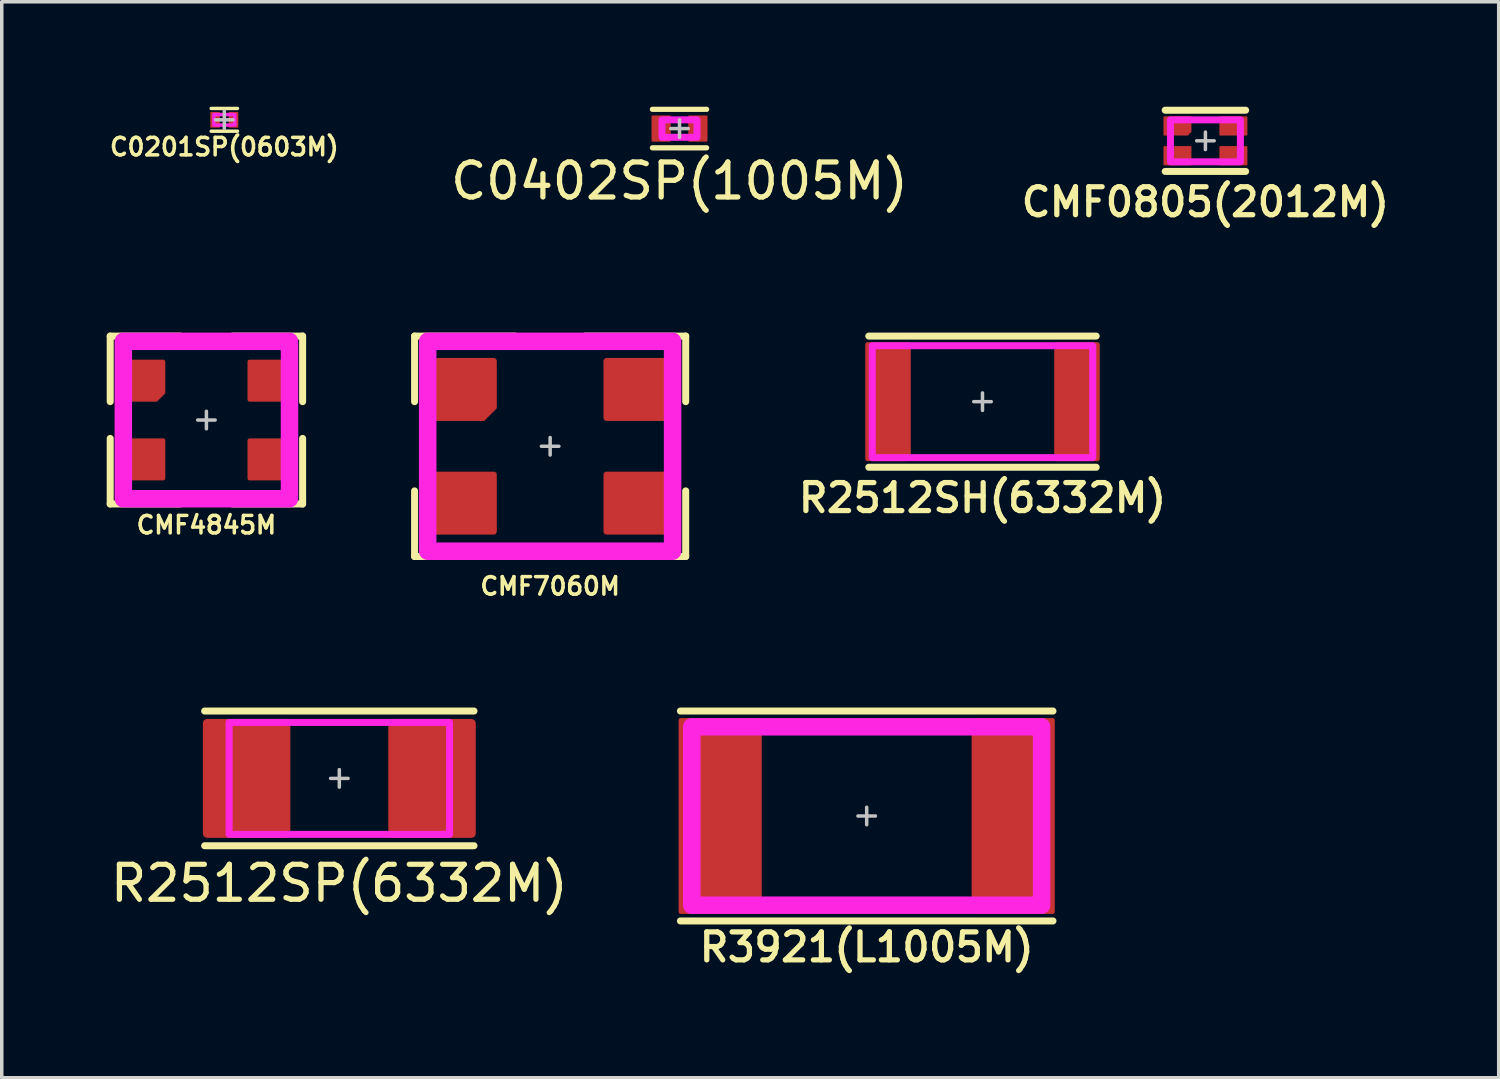
<source format=kicad_pcb>
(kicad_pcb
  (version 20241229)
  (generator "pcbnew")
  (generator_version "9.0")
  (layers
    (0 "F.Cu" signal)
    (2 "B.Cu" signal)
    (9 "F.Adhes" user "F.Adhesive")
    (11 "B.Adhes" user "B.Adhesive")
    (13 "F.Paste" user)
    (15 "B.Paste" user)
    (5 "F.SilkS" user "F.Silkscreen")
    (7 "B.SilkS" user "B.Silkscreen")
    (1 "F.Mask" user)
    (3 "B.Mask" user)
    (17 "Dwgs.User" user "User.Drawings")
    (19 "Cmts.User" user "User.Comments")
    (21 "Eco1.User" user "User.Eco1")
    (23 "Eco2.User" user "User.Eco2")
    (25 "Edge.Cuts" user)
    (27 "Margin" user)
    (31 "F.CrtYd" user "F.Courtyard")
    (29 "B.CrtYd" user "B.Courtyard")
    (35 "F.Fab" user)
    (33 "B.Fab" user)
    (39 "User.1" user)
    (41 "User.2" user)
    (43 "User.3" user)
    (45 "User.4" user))
  (footprint "C0201SP(0603M)"
    (layer "F.Cu")
    (at 3.362 0.375)
    (property "Reference" "C0201SP(0603M)" (at 0 0.775 0) (layer "F.SilkS") (effects (font (size 0.5 0.5) (thickness 0.1))))
    (attr smd)
    (fp_line (start -0.375 -0.325) (end 0.375 -0.325) (stroke (width 0.1) (type solid)) (layer "F.SilkS"))
    (fp_line (start -0.375 0.325) (end 0.375 0.325) (stroke (width 0.1) (type solid)) (layer "F.SilkS"))
    (fp_line (start -0.25 0) (end 0.25 0) (stroke (width 0.1) (type solid)) (layer "Dwgs.User"))
    (fp_line (start 0 -0.25) (end 0 0.25) (stroke (width 0.1) (type solid)) (layer "Dwgs.User"))
    (fp_rect (start -0.3 -0.15) (end 0.3 0.15) (stroke (width 0.1) (type solid)) (fill no) (layer "F.CrtYd"))
    (pad "1" smd roundrect (at -0.263 0 90) (size 0.45 0.275) (layers "F.Cu" "F.Mask" "F.Paste") (roundrect_rratio 0.05))
    (pad "2" smd roundrect (at 0.263 0 90) (size 0.45 0.275) (layers "F.Cu" "F.Mask" "F.Paste") (roundrect_rratio 0.05)))
  (footprint "CMF4845M"
    (layer "F.Cu")
    (at 2.85 8.956)
    (property "Reference" "CMF4845M" (at 0 3 0) (unlocked yes) (layer "F.SilkS") (effects (font (size 0.5 0.5) (thickness 0.1))))
    (attr smd)
    (fp_line (start -2.75 -2.4) (end -2.75 -0.525) (stroke (width 0.2) (type default)) (layer "F.SilkS"))
    (fp_line (start -2.75 2.4) (end -2.75 0.525) (stroke (width 0.2) (type default)) (layer "F.SilkS"))
    (fp_line (start -0.75 -2.4) (end -2.75 -2.4) (stroke (width 0.2) (type default)) (layer "F.SilkS"))
    (fp_line (start -0.75 2.4) (end -2.75 2.4) (stroke (width 0.2) (type default)) (layer "F.SilkS"))
    (fp_line (start 0.75 -2.4) (end 2.75 -2.4) (stroke (width 0.2) (type default)) (layer "F.SilkS"))
    (fp_line (start 0.75 2.4) (end 2.75 2.4) (stroke (width 0.2) (type default)) (layer "F.SilkS"))
    (fp_line (start 2.75 -2.4) (end 2.75 -0.525) (stroke (width 0.2) (type default)) (layer "F.SilkS"))
    (fp_line (start 2.75 2.4) (end 2.75 0.525) (stroke (width 0.2) (type default)) (layer "F.SilkS"))
    (fp_line (start 0 0.25) (end 0 -0.25) (stroke (width 0.1) (type solid)) (layer "Dwgs.User"))
    (fp_line (start 0.25 0) (end -0.25 0) (stroke (width 0.1) (type solid)) (layer "Dwgs.User"))
    (fp_rect (start -2.375 -2.25) (end 2.375 2.25) (stroke (width 0.5) (type default)) (fill no) (layer "F.CrtYd"))
    (pad "1" smd roundrect (at -1.875 -1.125) (size 1.4 1.2) (layers "F.Cu" "F.Mask" "F.Paste") (roundrect_rratio 0.05) (chamfer_ratio 0.2) (chamfer bottom_right))
    (pad "2" smd roundrect (at 1.875 -1.125) (size 1.4 1.2) (layers "F.Cu" "F.Mask" "F.Paste") (roundrect_rratio 0.05))
    (pad "3" smd roundrect (at 1.875 1.125) (size 1.4 1.2) (layers "F.Cu" "F.Mask" "F.Paste") (roundrect_rratio 0.05))
    (pad "4" smd roundrect (at -1.875 1.125) (size 1.4 1.2) (layers "F.Cu" "F.Mask" "F.Paste") (roundrect_rratio 0.05)))
  (footprint "CMF0805(2012M)"
    (layer "F.Cu")
    (at 31.405 0.975)
    (property "Reference" "CMF0805(2012M)" (at 0 1.75 0) (unlocked yes) (layer "F.SilkS") (effects (font (size 0.8 0.8) (thickness 0.15) (bold yes))))
    (attr smd)
    (fp_line (start -1.15 -0.875) (end 1.15 -0.875) (stroke (width 0.2) (type solid)) (layer "F.SilkS"))
    (fp_line (start -1.15 0.875) (end 1.15 0.875) (stroke (width 0.2) (type solid)) (layer "F.SilkS"))
    (fp_line (start -0.25 0) (end 0.25 0) (stroke (width 0.1) (type default)) (layer "Dwgs.User"))
    (fp_line (start 0 -0.25) (end 0 0.25) (stroke (width 0.1) (type default)) (layer "Dwgs.User"))
    (fp_rect (start -1 -0.6) (end 1 0.6) (stroke (width 0.2) (type solid)) (fill no) (layer "F.CrtYd"))
    (pad "1" smd roundrect (at -0.8 -0.425) (size 0.8 0.55) (layers "F.Cu" "F.Mask" "F.Paste") (roundrect_rratio 0.05) (chamfer_ratio 0.2) (chamfer bottom_right))
    (pad "2" smd roundrect (at 0.8 -0.425) (size 0.8 0.55) (layers "F.Cu" "F.Mask" "F.Paste") (roundrect_rratio 0.05))
    (pad "3" smd roundrect (at 0.8 0.425) (size 0.8 0.55) (layers "F.Cu" "F.Mask" "F.Paste") (roundrect_rratio 0.05))
    (pad "4" smd roundrect (at -0.8 0.425) (size 0.8 0.55) (layers "F.Cu" "F.Mask" "F.Paste") (roundrect_rratio 0.05)))
  (footprint "R2512SP(6332M)"
    (layer "F.Cu")
    (at 6.649 19.199)
    (property "Reference" "R2512SP(6332M)" (at 0 3 0) (layer "F.SilkS") (effects (font (size 1 1) (thickness 0.15))))
    (attr smd)
    (fp_line (start -3.85 -1.925) (end 3.85 -1.925) (stroke (width 0.2) (type solid)) (layer "F.SilkS"))
    (fp_line (start -3.85 1.925) (end 3.85 1.925) (stroke (width 0.2) (type solid)) (layer "F.SilkS"))
    (fp_line (start -0.25 0) (end 0.25 0) (stroke (width 0.1) (type solid)) (layer "Dwgs.User"))
    (fp_line (start 0 -0.25) (end 0 0.25) (stroke (width 0.1) (type solid)) (layer "Dwgs.User"))
    (fp_rect (start -3.15 -1.6) (end 3.15 1.6) (stroke (width 0.2) (type solid)) (fill no) (layer "F.CrtYd"))
    (pad "1" smd roundrect (at -2.65 0 90) (size 3.4 2.5) (layers "F.Cu" "F.Mask" "F.Paste") (roundrect_rratio 0.05))
    (pad "2" smd roundrect (at 2.65 0 90) (size 3.4 2.5) (layers "F.Cu" "F.Mask" "F.Paste") (roundrect_rratio 0.05)))
  (footprint "CMF7060M"
    (layer "F.Cu")
    (at 12.675 9.706)
    (property "Reference" "CMF7060M" (at 0 4 0) (unlocked yes) (layer "F.SilkS") (effects (font (size 0.5 0.5) (thickness 0.1))))
    (attr smd)
    (fp_line (start -3.875 -3.15) (end -3.875 -1.275) (stroke (width 0.2) (type default)) (layer "F.SilkS"))
    (fp_line (start -3.875 3.15) (end -3.875 1.275) (stroke (width 0.2) (type default)) (layer "F.SilkS"))
    (fp_line (start -1 -3.15) (end -3.875 -3.15) (stroke (width 0.2) (type default)) (layer "F.SilkS"))
    (fp_line (start -1 3.15) (end -3.875 3.15) (stroke (width 0.2) (type default)) (layer "F.SilkS"))
    (fp_line (start 1 -3.15) (end 3.875 -3.15) (stroke (width 0.2) (type default)) (layer "F.SilkS"))
    (fp_line (start 1 3.15) (end 3.875 3.15) (stroke (width 0.2) (type default)) (layer "F.SilkS"))
    (fp_line (start 3.875 -3.15) (end 3.875 -1.275) (stroke (width 0.2) (type default)) (layer "F.SilkS"))
    (fp_line (start 3.875 3.15) (end 3.875 1.275) (stroke (width 0.2) (type default)) (layer "F.SilkS"))
    (fp_line (start 0 0.25) (end 0 -0.25) (stroke (width 0.1) (type solid)) (layer "Dwgs.User"))
    (fp_line (start 0.25 0) (end -0.25 0) (stroke (width 0.1) (type solid)) (layer "Dwgs.User"))
    (fp_rect (start -3.5 -3) (end 3.5 3) (stroke (width 0.5) (type default)) (fill no) (layer "F.CrtYd"))
    (pad "1" smd roundrect (at -2.625 -1.625) (size 2.2 1.8) (layers "F.Cu" "F.Mask" "F.Paste") (roundrect_rratio 0.05) (chamfer_ratio 0.2) (chamfer bottom_right))
    (pad "2" smd roundrect (at 2.625 -1.625) (size 2.2 1.8) (layers "F.Cu" "F.Mask" "F.Paste") (roundrect_rratio 0.05))
    (pad "3" smd roundrect (at 2.625 1.625) (size 2.2 1.8) (layers "F.Cu" "F.Mask" "F.Paste") (roundrect_rratio 0.05))
    (pad "4" smd roundrect (at -2.625 1.625) (size 2.2 1.8) (layers "F.Cu" "F.Mask" "F.Paste") (roundrect_rratio 0.05)))
  (footprint "R2512SH(6332M)"
    (layer "F.Cu")
    (at 25.033 8.431)
    (property "Reference" "R2512SH(6332M)" (at 0 2.75 0) (layer "F.SilkS") (effects (font (size 0.8 0.8) (thickness 0.15))))
    (attr smd)
    (fp_line (start -3.25 -1.875) (end 3.25 -1.875) (stroke (width 0.2) (type solid)) (layer "F.SilkS"))
    (fp_line (start -3.25 1.875) (end 3.25 1.875) (stroke (width 0.2) (type solid)) (layer "F.SilkS"))
    (fp_rect (start -2.6 -1) (end -2.2 -0.1) (stroke (width 0) (type solid)) (fill yes) (layer "F.Paste"))
    (fp_rect (start -2.6 0.1) (end -2.2 1) (stroke (width 0) (type solid)) (fill yes) (layer "F.Paste"))
    (fp_rect (start 2.2 -1) (end 2.6 -0.1) (stroke (width 0) (type solid)) (fill yes) (layer "F.Paste"))
    (fp_rect (start 2.2 0.1) (end 2.6 1) (stroke (width 0) (type solid)) (fill yes) (layer "F.Paste"))
    (fp_poly (pts (xy -2.15 -1.2) (xy -2.8 -1.2) (xy -2.8 1.2) (xy -2.15 1.2) (xy -2.15 1.6) (xy -3.25 1.6) (xy -3.25 -1.6) (xy -2.15 -1.6)) (stroke (width 0) (type solid)) (fill yes) (layer "F.Paste"))
    (fp_poly (pts (xy 2.15 1.2) (xy 2.8 1.2) (xy 2.8 -1.2) (xy 2.15 -1.2) (xy 2.15 -1.6) (xy 3.25 -1.6) (xy 3.25 1.6) (xy 2.15 1.6)) (stroke (width 0) (type solid)) (fill yes) (layer "F.Paste"))
    (fp_line (start -0.25 0) (end 0.25 0) (stroke (width 0.1) (type solid)) (layer "Dwgs.User"))
    (fp_line (start 0 -0.25) (end 0 0.25) (stroke (width 0.1) (type solid)) (layer "Dwgs.User"))
    (fp_rect (start -3.15 -1.6) (end 3.15 1.6) (stroke (width 0.2) (type solid)) (fill no) (layer "F.CrtYd"))
    (pad "1" smd roundrect (at -2.7 0 90) (size 3.4 1.3) (layers "F.Cu" "F.Mask") (roundrect_rratio 0.05))
    (pad "2" smd roundrect (at 2.7 0 90) (size 3.4 1.3) (layers "F.Cu" "F.Mask") (roundrect_rratio 0.05)))
  (footprint "C0402SP(1005M)"
    (layer "F.Cu")
    (at 16.373 0.625)
    (property "Reference" "C0402SP(1005M)" (at 0 1.5 0) (layer "F.SilkS") (effects (font (size 1 1) (thickness 0.15))))
    (attr smd)
    (fp_line (start -0.775 -0.55) (end 0.775 -0.55) (stroke (width 0.15) (type solid)) (layer "F.SilkS"))
    (fp_line (start -0.775 0.55) (end 0.775 0.55) (stroke (width 0.15) (type solid)) (layer "F.SilkS"))
    (fp_line (start -0.25 0) (end 0.25 0) (stroke (width 0.1) (type solid)) (layer "Dwgs.User"))
    (fp_line (start 0 -0.25) (end 0 0.25) (stroke (width 0.1) (type solid)) (layer "Dwgs.User"))
    (fp_rect (start -0.5 -0.25) (end 0.5 0.25) (stroke (width 0.2) (type solid)) (fill no) (layer "F.CrtYd"))
    (pad "1" smd roundrect (at -0.525 0 90) (size 0.75 0.55) (layers "F.Cu" "F.Mask" "F.Paste") (roundrect_rratio 0.05))
    (pad "2" smd roundrect (at 0.525 0 90) (size 0.75 0.55) (layers "F.Cu" "F.Mask" "F.Paste") (roundrect_rratio 0.05)))
  (footprint "R3921(L1005M)"
    (layer "F.Cu")
    (at 21.723 20.274)
    (property "Reference" "R3921(L1005M)" (at 0 3.75 0) (layer "F.SilkS") (effects (font (size 0.8 0.8) (thickness 0.15))))
    (attr smd)
    (fp_line (start -5.325 -3) (end 5.325 -3) (stroke (width 0.2) (type solid)) (layer "F.SilkS"))
    (fp_line (start -5.325 3) (end 5.325 3) (stroke (width 0.2) (type solid)) (layer "F.SilkS"))
    (fp_rect (start -4.4 -1.95) (end -3.125 -1.125) (stroke (width 0) (type solid)) (fill yes) (layer "F.Paste"))
    (fp_rect (start -4.4 -0.925) (end -3.125 -0.1) (stroke (width 0) (type solid)) (fill yes) (layer "F.Paste"))
    (fp_rect (start -4.4 0.1) (end -3.125 0.925) (stroke (width 0) (type solid)) (fill yes) (layer "F.Paste"))
    (fp_rect (start -4.4 1.125) (end -3.125 1.95) (stroke (width 0) (type solid)) (fill yes) (layer "F.Paste"))
    (fp_rect (start 4.4 -1.95) (end 3.125 -1.125) (stroke (width 0) (type solid)) (fill yes) (layer "F.Paste"))
    (fp_rect (start 4.4 -0.925) (end 3.125 -0.1) (stroke (width 0) (type solid)) (fill yes) (layer "F.Paste"))
    (fp_rect (start 4.4 0.1) (end 3.125 0.925) (stroke (width 0) (type solid)) (fill yes) (layer "F.Paste"))
    (fp_rect (start 4.4 1.125) (end 3.125 1.95) (stroke (width 0) (type solid)) (fill yes) (layer "F.Paste"))
    (fp_poly (pts (xy -3.125 -2.15) (xy -4.6 -2.15) (xy -4.6 2.15) (xy -3.125 2.15) (xy -3.125 2.675) (xy -5.25 2.675) (xy -5.25 -2.675) (xy -3.125 -2.675)) (stroke (width 0) (type solid)) (fill yes) (layer "F.Paste"))
    (fp_poly (pts (xy 3.125 -2.15) (xy 4.6 -2.15) (xy 4.6 2.15) (xy 3.125 2.15) (xy 3.125 2.675) (xy 5.25 2.675) (xy 5.25 -2.675) (xy 3.125 -2.675)) (stroke (width 0) (type solid)) (fill yes) (layer "F.Paste"))
    (fp_line (start -0.25 0) (end 0.25 0) (stroke (width 0.1) (type solid)) (layer "Dwgs.User"))
    (fp_line (start 0 -0.25) (end 0 0.25) (stroke (width 0.1) (type solid)) (layer "Dwgs.User"))
    (fp_rect (start -5 -2.55) (end 5 2.55) (stroke (width 0.5) (type solid)) (fill no) (layer "F.CrtYd"))
    (pad "1" smd roundrect (at -4.188 0 90) (size 5.6 2.375) (layers "F.Cu" "F.Mask") (roundrect_rratio 0.025))
    (pad "2" smd roundrect (at 4.188 0 90) (size 5.6 2.375) (layers "F.Cu" "F.Mask") (roundrect_rratio 0.025)))
  (gr_rect
    (start -3 -3)
    (end 39.788 27.756)
    (stroke (width 0.1) (type default))
    (fill no)
    (layer "Edge.Cuts")))
</source>
